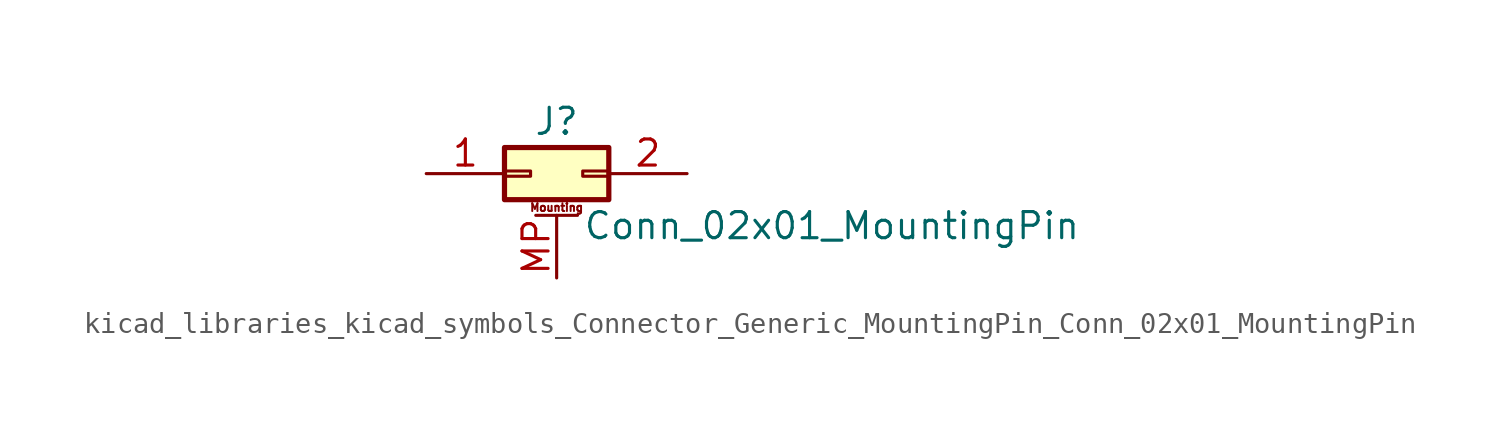
<source format=kicad_sym>
(kicad_symbol_lib
  (version 20220914)
  (generator kicad_symbol_editor)
  (symbol "kicad_libraries_kicad_symbols_Connector_Generic_MountingPin_Conn_02x01_MountingPin"
    (pin_names
      (offset 1.016) hide)
    (property "Reference" "J"
      (at 1.27 2.54 0)
      (effects (font (size 1.27 1.27))))
    (property "Value" "Conn_02x01_MountingPin"
      (at 2.54 -2.54 0)
      (effects (font (size 1.27 1.27)) (justify left)))
    (symbol "kicad_libraries_kicad_symbols_Connector_Generic_MountingPin_Conn_02x01_MountingPin_1_1"
      (rectangle (start -1.27 0.127) (end 0 -0.127) (stroke (width 0.152) (type default)) (fill (type none)))
      (rectangle (start -1.27 1.27) (end 3.81 -1.27) (stroke (width 0.254) (type default)) (fill (type background)))
      (polyline (pts (xy 0.254 -2.032) (xy 2.286 -2.032)) (stroke (width 0.152) (type default)) (fill (type none)))
      (rectangle (start 3.81 0.127) (end 2.54 -0.127) (stroke (width 0.152) (type default)) (fill (type none)))
      (text "Mounting" (at 1.27 -1.651 0) (effects (font (size 0.381 0.381))))
      (pin passive line (at -5.08 0 0) (length 3.81) (name "Pin_1" (effects (font (size 1.27 1.27)))) (number "1" (effects (font (size 1.27 1.27)))))
      (pin passive line (at 7.62 0 180) (length 3.81) (name "Pin_2" (effects (font (size 1.27 1.27)))) (number "2" (effects (font (size 1.27 1.27)))))
      (pin passive line (at 1.27 -5.08 90) (length 3.048) (name "MountPin" (effects (font (size 1.27 1.27)))) (number "MP" (effects (font (size 1.27 1.27))))))))
</source>
